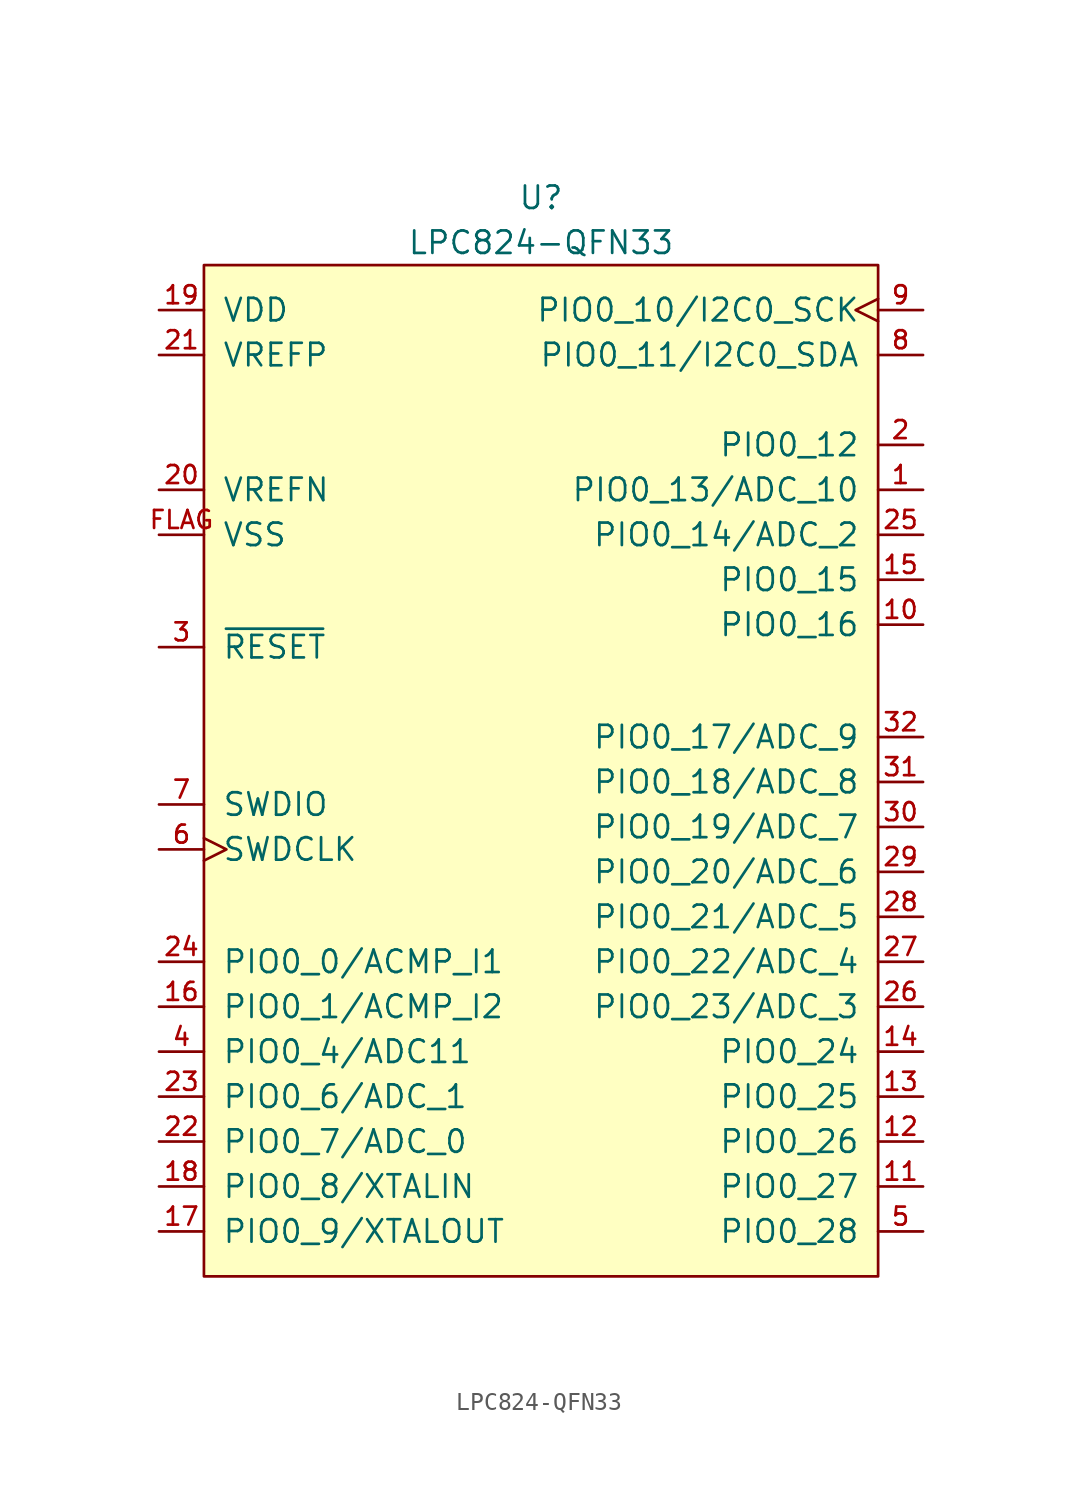
<source format=kicad_sym>
(kicad_symbol_lib
  (version 20211014)
  (generator kicad_symbol_editor)
  (symbol "LPC824-QFN33"
    (pin_names
      (offset 1.016))
    (property "Reference" "U"
      (at 0 3.81 0)
      (effects (font (size 1.27 1.27))))
    (property "Value" "LPC824-QFN33"
      (at 0 1.27 0)
      (effects (font (size 1.27 1.27))))
    (symbol "LPC824-QFN33_0_1"
      (rectangle (start -19.05 0) (end 19.05 -57.15) (stroke (width 0) (type default) (color 0 0 0 0)) (fill (type background))))
    (symbol "LPC824-QFN33_1_1"
      (pin tri_state line (at 21.59 -12.7 180) (length 2.54) (name "PIO0_13/ADC_10" (effects (font (size 1.27 1.27)))) (number "1" (effects (font (size 1.016 1.016)))))
      (pin tri_state line (at 21.59 -20.32 180) (length 2.54) (name "PIO0_16" (effects (font (size 1.27 1.27)))) (number "10" (effects (font (size 1.016 1.016)))))
      (pin tri_state line (at 21.59 -52.07 180) (length 2.54) (name "PIO0_27" (effects (font (size 1.27 1.27)))) (number "11" (effects (font (size 1.016 1.016)))))
      (pin tri_state line (at 21.59 -49.53 180) (length 2.54) (name "PIO0_26" (effects (font (size 1.27 1.27)))) (number "12" (effects (font (size 1.016 1.016)))))
      (pin tri_state line (at 21.59 -46.99 180) (length 2.54) (name "PIO0_25" (effects (font (size 1.27 1.27)))) (number "13" (effects (font (size 1.016 1.016)))))
      (pin tri_state line (at 21.59 -44.45 180) (length 2.54) (name "PIO0_24" (effects (font (size 1.27 1.27)))) (number "14" (effects (font (size 1.016 1.016)))))
      (pin tri_state line (at 21.59 -17.78 180) (length 2.54) (name "PIO0_15" (effects (font (size 1.27 1.27)))) (number "15" (effects (font (size 1.016 1.016)))))
      (pin tri_state line (at -21.59 -41.91 0) (length 2.54) (name "PIO0_1/ACMP_I2" (effects (font (size 1.27 1.27)))) (number "16" (effects (font (size 1.016 1.016)))))
      (pin tri_state line (at -21.59 -54.61 0) (length 2.54) (name "PIO0_9/XTALOUT" (effects (font (size 1.27 1.27)))) (number "17" (effects (font (size 1.016 1.016)))))
      (pin tri_state line (at -21.59 -52.07 0) (length 2.54) (name "PIO0_8/XTALIN" (effects (font (size 1.27 1.27)))) (number "18" (effects (font (size 1.016 1.016)))))
      (pin power_in line (at -21.59 -2.54 0) (length 2.54) (name "VDD" (effects (font (size 1.27 1.27)))) (number "19" (effects (font (size 1.016 1.016)))))
      (pin tri_state line (at 21.59 -10.16 180) (length 2.54) (name "PIO0_12" (effects (font (size 1.27 1.27)))) (number "2" (effects (font (size 1.016 1.016)))))
      (pin passive line (at -21.59 -12.7 0) (length 2.54) (name "VREFN" (effects (font (size 1.27 1.27)))) (number "20" (effects (font (size 1.016 1.016)))))
      (pin passive line (at -21.59 -5.08 0) (length 2.54) (name "VREFP" (effects (font (size 1.27 1.27)))) (number "21" (effects (font (size 1.016 1.016)))))
      (pin tri_state line (at -21.59 -49.53 0) (length 2.54) (name "PIO0_7/ADC_0" (effects (font (size 1.27 1.27)))) (number "22" (effects (font (size 1.016 1.016)))))
      (pin tri_state line (at -21.59 -46.99 0) (length 2.54) (name "PIO0_6/ADC_1" (effects (font (size 1.27 1.27)))) (number "23" (effects (font (size 1.016 1.016)))))
      (pin tri_state line (at -21.59 -39.37 0) (length 2.54) (name "PIO0_0/ACMP_I1" (effects (font (size 1.27 1.27)))) (number "24" (effects (font (size 1.016 1.016)))))
      (pin tri_state line (at 21.59 -15.24 180) (length 2.54) (name "PIO0_14/ADC_2" (effects (font (size 1.27 1.27)))) (number "25" (effects (font (size 1.016 1.016)))))
      (pin tri_state line (at 21.59 -41.91 180) (length 2.54) (name "PIO0_23/ADC_3" (effects (font (size 1.27 1.27)))) (number "26" (effects (font (size 1.016 1.016)))))
      (pin tri_state line (at 21.59 -39.37 180) (length 2.54) (name "PIO0_22/ADC_4" (effects (font (size 1.27 1.27)))) (number "27" (effects (font (size 1.016 1.016)))))
      (pin tri_state line (at 21.59 -36.83 180) (length 2.54) (name "PIO0_21/ADC_5" (effects (font (size 1.27 1.27)))) (number "28" (effects (font (size 1.016 1.016)))))
      (pin tri_state line (at 21.59 -34.29 180) (length 2.54) (name "PIO0_20/ADC_6" (effects (font (size 1.27 1.27)))) (number "29" (effects (font (size 1.016 1.016)))))
      (pin input line (at -21.59 -21.59 0) (length 2.54) (name "~{RESET}" (effects (font (size 1.27 1.27)))) (number "3" (effects (font (size 1.016 1.016)))))
      (pin tri_state line (at 21.59 -31.75 180) (length 2.54) (name "PIO0_19/ADC_7" (effects (font (size 1.27 1.27)))) (number "30" (effects (font (size 1.016 1.016)))))
      (pin tri_state line (at 21.59 -29.21 180) (length 2.54) (name "PIO0_18/ADC_8" (effects (font (size 1.27 1.27)))) (number "31" (effects (font (size 1.016 1.016)))))
      (pin tri_state line (at 21.59 -26.67 180) (length 2.54) (name "PIO0_17/ADC_9" (effects (font (size 1.27 1.27)))) (number "32" (effects (font (size 1.016 1.016)))))
      (pin tri_state line (at -21.59 -44.45 0) (length 2.54) (name "PIO0_4/ADC11" (effects (font (size 1.27 1.27)))) (number "4" (effects (font (size 1.016 1.016)))))
      (pin tri_state line (at 21.59 -54.61 180) (length 2.54) (name "PIO0_28" (effects (font (size 1.27 1.27)))) (number "5" (effects (font (size 1.016 1.016)))))
      (pin input clock (at -21.59 -33.02 0) (length 2.54) (name "SWDCLK" (effects (font (size 1.27 1.27)))) (number "6" (effects (font (size 1.016 1.016)))))
      (pin bidirectional line (at -21.59 -30.48 0) (length 2.54) (name "SWDIO" (effects (font (size 1.27 1.27)))) (number "7" (effects (font (size 1.016 1.016)))))
      (pin open_collector line (at 21.59 -5.08 180) (length 2.54) (name "PIO0_11/I2C0_SDA" (effects (font (size 1.27 1.27)))) (number "8" (effects (font (size 1.016 1.016)))))
      (pin open_collector clock (at 21.59 -2.54 180) (length 2.54) (name "PIO0_10/I2C0_SCK" (effects (font (size 1.27 1.27)))) (number "9" (effects (font (size 1.016 1.016)))))
      (pin power_in line (at -21.59 -15.24 0) (length 2.54) (name "VSS" (effects (font (size 1.27 1.27)))) (number "FLAG" (effects (font (size 1.016 1.016))))))))
</source>
